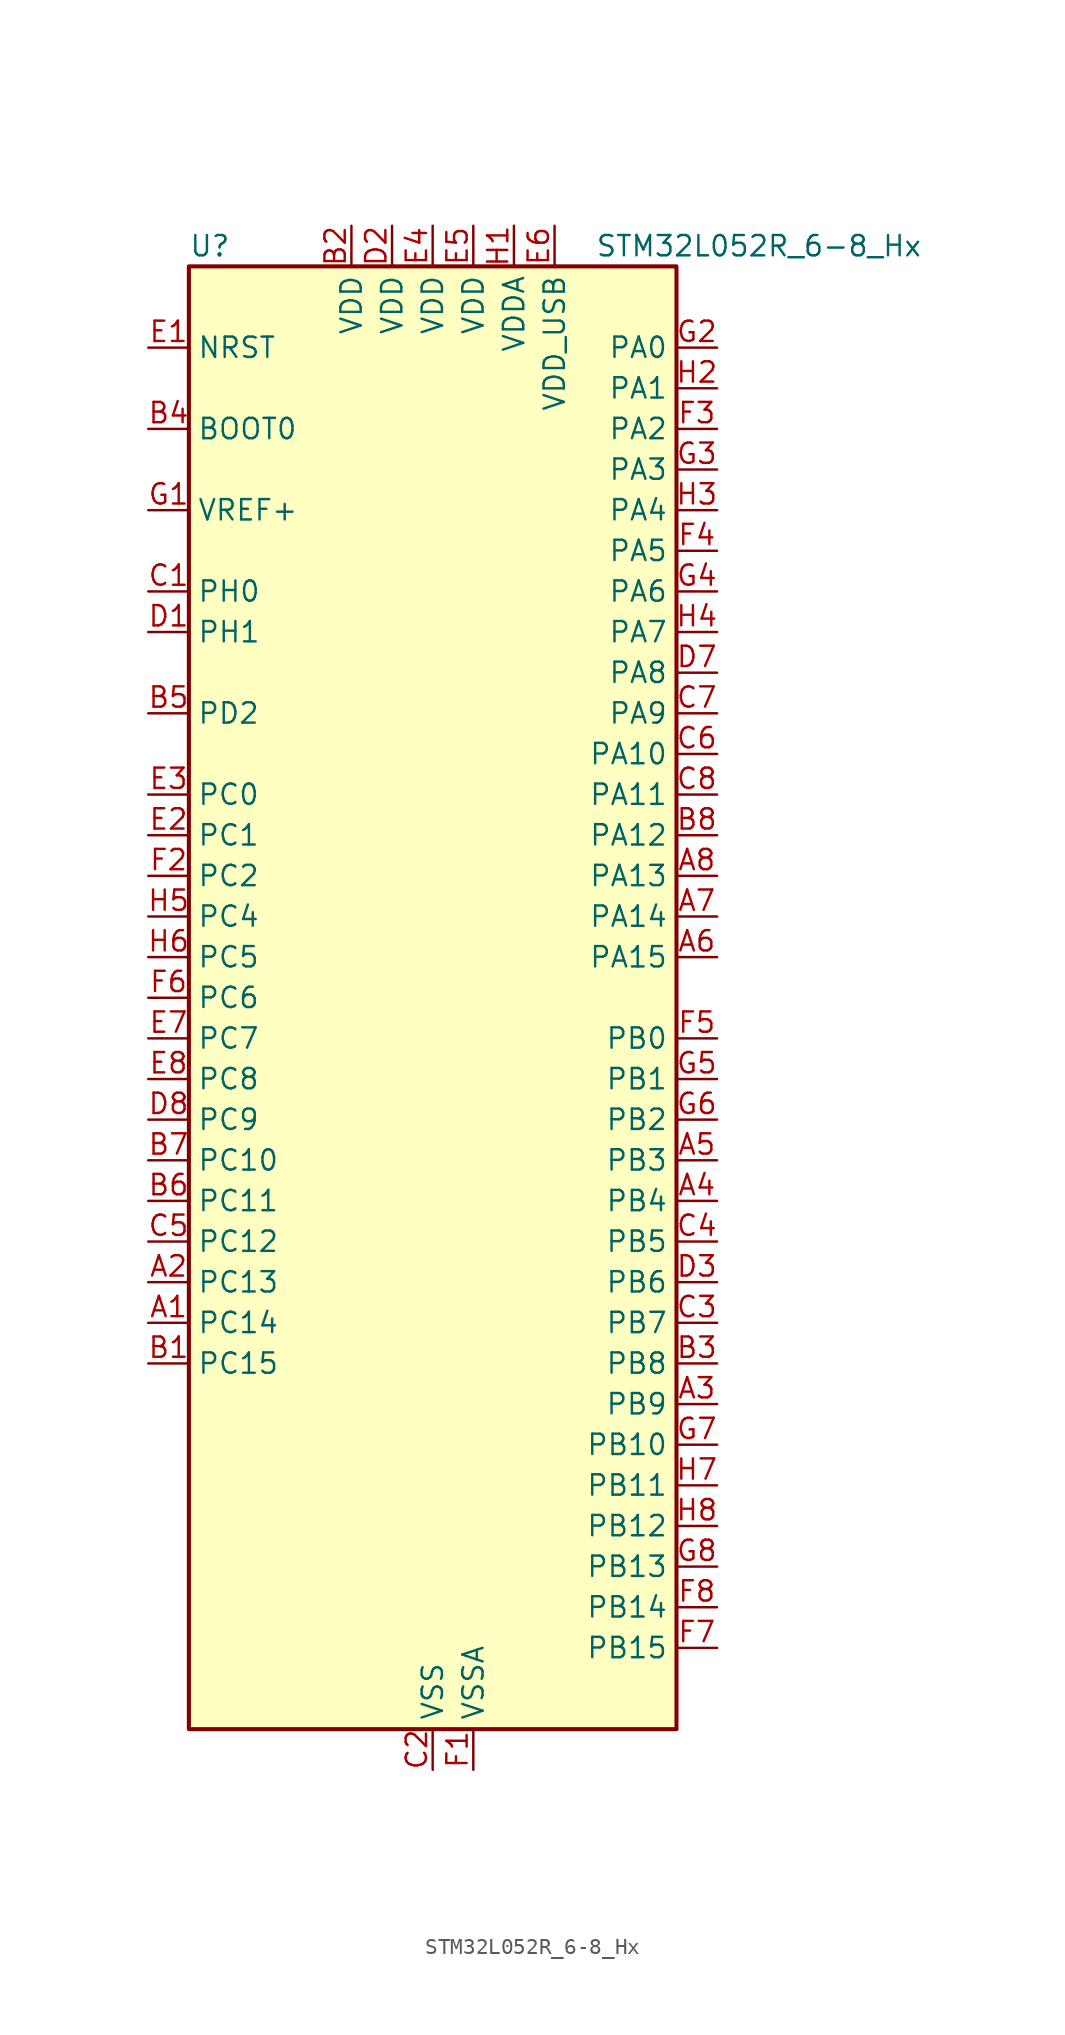
<source format=kicad_sym>
(kicad_symbol_lib
  (version 20241209)
  (generator "kicad_symbol_editor")
  (generator_version "9.0")
  (symbol "STM32L052R_6-8_Hx"
    (property "Reference" "U"
      (at -15.24 46.99 0)
      (effects (font (size 1.27 1.27)) (justify left)))
    (property "Value" "STM32L052R_6-8_Hx"
      (at 10.16 46.99 0)
      (effects (font (size 1.27 1.27)) (justify left)))
    (symbol "STM32L052R_6-8_Hx_0_1"
      (rectangle (start -15.24 -45.72) (end 15.24 45.72) (stroke (width 0.254) (type default)) (fill (type background))))
    (symbol "STM32L052R_6-8_Hx_1_1"
      (pin input line (at -17.78 40.64 0) (length 2.54) (name "NRST" (effects (font (size 1.27 1.27)))) (number "E1" (effects (font (size 1.27 1.27)))))
      (pin input line (at -17.78 35.56 0) (length 2.54) (name "BOOT0" (effects (font (size 1.27 1.27)))) (number "B4" (effects (font (size 1.27 1.27)))))
      (pin input line (at -17.78 30.48 0) (length 2.54) (name "VREF+" (effects (font (size 1.27 1.27)))) (number "G1" (effects (font (size 1.27 1.27)))))
      (pin bidirectional line (at -17.78 25.4 0) (length 2.54) (name "PH0" (effects (font (size 1.27 1.27)))) (number "C1" (effects (font (size 1.27 1.27)))) (alternate "CRS_SYNC" bidirectional line) (alternate "RCC_OSC_IN" bidirectional line))
      (pin bidirectional line (at -17.78 22.86 0) (length 2.54) (name "PH1" (effects (font (size 1.27 1.27)))) (number "D1" (effects (font (size 1.27 1.27)))) (alternate "RCC_OSC_OUT" bidirectional line))
      (pin bidirectional line (at -17.78 17.78 0) (length 2.54) (name "PD2" (effects (font (size 1.27 1.27)))) (number "B5" (effects (font (size 1.27 1.27)))) (alternate "LPUART1_DE" bidirectional line) (alternate "LPUART1_RTS" bidirectional line))
      (pin bidirectional line (at -17.78 12.7 0) (length 2.54) (name "PC0" (effects (font (size 1.27 1.27)))) (number "E3" (effects (font (size 1.27 1.27)))) (alternate "ADC_IN10" bidirectional line) (alternate "LPTIM1_IN1" bidirectional line) (alternate "TSC_G7_IO1" bidirectional line))
      (pin bidirectional line (at -17.78 10.16 0) (length 2.54) (name "PC1" (effects (font (size 1.27 1.27)))) (number "E2" (effects (font (size 1.27 1.27)))) (alternate "ADC_IN11" bidirectional line) (alternate "LPTIM1_OUT" bidirectional line) (alternate "TSC_G7_IO2" bidirectional line))
      (pin bidirectional line (at -17.78 7.62 0) (length 2.54) (name "PC2" (effects (font (size 1.27 1.27)))) (number "F2" (effects (font (size 1.27 1.27)))) (alternate "ADC_IN12" bidirectional line) (alternate "I2S2_MCK" bidirectional line) (alternate "LPTIM1_IN2" bidirectional line) (alternate "SPI2_MISO" bidirectional line) (alternate "TSC_G7_IO3" bidirectional line))
      (pin bidirectional line (at -17.78 5.08 0) (length 2.54) (name "PC4" (effects (font (size 1.27 1.27)))) (number "H5" (effects (font (size 1.27 1.27)))) (alternate "ADC_IN14" bidirectional line) (alternate "LPUART1_TX" bidirectional line))
      (pin bidirectional line (at -17.78 2.54 0) (length 2.54) (name "PC5" (effects (font (size 1.27 1.27)))) (number "H6" (effects (font (size 1.27 1.27)))) (alternate "ADC_IN15" bidirectional line) (alternate "LPUART1_RX" bidirectional line) (alternate "TSC_G3_IO1" bidirectional line))
      (pin bidirectional line (at -17.78 0 0) (length 2.54) (name "PC6" (effects (font (size 1.27 1.27)))) (number "F6" (effects (font (size 1.27 1.27)))) (alternate "TIM22_CH1" bidirectional line) (alternate "TSC_G8_IO1" bidirectional line))
      (pin bidirectional line (at -17.78 -2.54 0) (length 2.54) (name "PC7" (effects (font (size 1.27 1.27)))) (number "E7" (effects (font (size 1.27 1.27)))) (alternate "TIM22_CH2" bidirectional line) (alternate "TSC_G8_IO2" bidirectional line))
      (pin bidirectional line (at -17.78 -5.08 0) (length 2.54) (name "PC8" (effects (font (size 1.27 1.27)))) (number "E8" (effects (font (size 1.27 1.27)))) (alternate "TIM22_ETR" bidirectional line) (alternate "TSC_G8_IO3" bidirectional line))
      (pin bidirectional line (at -17.78 -7.62 0) (length 2.54) (name "PC9" (effects (font (size 1.27 1.27)))) (number "D8" (effects (font (size 1.27 1.27)))) (alternate "DAC_EXTI9" bidirectional line) (alternate "TIM21_ETR" bidirectional line) (alternate "TSC_G8_IO4" bidirectional line) (alternate "USB_NOE" bidirectional line))
      (pin bidirectional line (at -17.78 -10.16 0) (length 2.54) (name "PC10" (effects (font (size 1.27 1.27)))) (number "B7" (effects (font (size 1.27 1.27)))) (alternate "LPUART1_TX" bidirectional line))
      (pin bidirectional line (at -17.78 -12.7 0) (length 2.54) (name "PC11" (effects (font (size 1.27 1.27)))) (number "B6" (effects (font (size 1.27 1.27)))) (alternate "ADC_EXTI11" bidirectional line) (alternate "LPUART1_RX" bidirectional line))
      (pin bidirectional line (at -17.78 -15.24 0) (length 2.54) (name "PC12" (effects (font (size 1.27 1.27)))) (number "C5" (effects (font (size 1.27 1.27)))))
      (pin bidirectional line (at -17.78 -17.78 0) (length 2.54) (name "PC13" (effects (font (size 1.27 1.27)))) (number "A2" (effects (font (size 1.27 1.27)))) (alternate "RTC_OUT_ALARM" bidirectional line) (alternate "RTC_OUT_CALIB" bidirectional line) (alternate "RTC_TAMP1" bidirectional line) (alternate "RTC_TS" bidirectional line) (alternate "SYS_WKUP2" bidirectional line))
      (pin bidirectional line (at -17.78 -20.32 0) (length 2.54) (name "PC14" (effects (font (size 1.27 1.27)))) (number "A1" (effects (font (size 1.27 1.27)))) (alternate "RCC_OSC32_IN" bidirectional line))
      (pin bidirectional line (at -17.78 -22.86 0) (length 2.54) (name "PC15" (effects (font (size 1.27 1.27)))) (number "B1" (effects (font (size 1.27 1.27)))) (alternate "RCC_OSC32_OUT" bidirectional line))
      (pin power_in line (at -5.08 48.26 270) (length 2.54) (name "VDD" (effects (font (size 1.27 1.27)))) (number "B2" (effects (font (size 1.27 1.27)))))
      (pin power_in line (at -2.54 48.26 270) (length 2.54) (name "VDD" (effects (font (size 1.27 1.27)))) (number "D2" (effects (font (size 1.27 1.27)))))
      (pin power_in line (at 0 48.26 270) (length 2.54) (name "VDD" (effects (font (size 1.27 1.27)))) (number "E4" (effects (font (size 1.27 1.27)))))
      (pin power_in line (at 0 -48.26 90) (length 2.54) (name "VSS" (effects (font (size 1.27 1.27)))) (number "C2" (effects (font (size 1.27 1.27)))))
      (pin passive line (at 0 -48.26 90) (length 2.54) (hide yes) (name "VSS" (effects (font (size 1.27 1.27)))) (number "D4" (effects (font (size 1.27 1.27)))))
      (pin passive line (at 0 -48.26 90) (length 2.54) (hide yes) (name "VSS" (effects (font (size 1.27 1.27)))) (number "D5" (effects (font (size 1.27 1.27)))))
      (pin passive line (at 0 -48.26 90) (length 2.54) (hide yes) (name "VSS" (effects (font (size 1.27 1.27)))) (number "D6" (effects (font (size 1.27 1.27)))))
      (pin power_in line (at 2.54 48.26 270) (length 2.54) (name "VDD" (effects (font (size 1.27 1.27)))) (number "E5" (effects (font (size 1.27 1.27)))))
      (pin power_in line (at 2.54 -48.26 90) (length 2.54) (name "VSSA" (effects (font (size 1.27 1.27)))) (number "F1" (effects (font (size 1.27 1.27)))))
      (pin power_in line (at 5.08 48.26 270) (length 2.54) (name "VDDA" (effects (font (size 1.27 1.27)))) (number "H1" (effects (font (size 1.27 1.27)))))
      (pin power_in line (at 7.62 48.26 270) (length 2.54) (name "VDD_USB" (effects (font (size 1.27 1.27)))) (number "E6" (effects (font (size 1.27 1.27)))))
      (pin bidirectional line (at 17.78 40.64 180) (length 2.54) (name "PA0" (effects (font (size 1.27 1.27)))) (number "G2" (effects (font (size 1.27 1.27)))) (alternate "ADC_IN0" bidirectional line) (alternate "COMP1_INM" bidirectional line) (alternate "COMP1_OUT" bidirectional line) (alternate "RTC_TAMP2" bidirectional line) (alternate "SYS_WKUP1" bidirectional line) (alternate "TIM2_CH1" bidirectional line) (alternate "TIM2_ETR" bidirectional line) (alternate "TSC_G1_IO1" bidirectional line) (alternate "USART2_CTS" bidirectional line))
      (pin bidirectional line (at 17.78 38.1 180) (length 2.54) (name "PA1" (effects (font (size 1.27 1.27)))) (number "H2" (effects (font (size 1.27 1.27)))) (alternate "ADC_IN1" bidirectional line) (alternate "COMP1_INP" bidirectional line) (alternate "TIM21_ETR" bidirectional line) (alternate "TIM2_CH2" bidirectional line) (alternate "TSC_G1_IO2" bidirectional line) (alternate "USART2_DE" bidirectional line) (alternate "USART2_RTS" bidirectional line))
      (pin bidirectional line (at 17.78 35.56 180) (length 2.54) (name "PA2" (effects (font (size 1.27 1.27)))) (number "F3" (effects (font (size 1.27 1.27)))) (alternate "ADC_IN2" bidirectional line) (alternate "COMP2_INM" bidirectional line) (alternate "COMP2_OUT" bidirectional line) (alternate "TIM21_CH1" bidirectional line) (alternate "TIM2_CH3" bidirectional line) (alternate "TSC_G1_IO3" bidirectional line) (alternate "USART2_TX" bidirectional line))
      (pin bidirectional line (at 17.78 33.02 180) (length 2.54) (name "PA3" (effects (font (size 1.27 1.27)))) (number "G3" (effects (font (size 1.27 1.27)))) (alternate "ADC_IN3" bidirectional line) (alternate "COMP2_INP" bidirectional line) (alternate "TIM21_CH2" bidirectional line) (alternate "TIM2_CH4" bidirectional line) (alternate "TSC_G1_IO4" bidirectional line) (alternate "USART2_RX" bidirectional line))
      (pin bidirectional line (at 17.78 30.48 180) (length 2.54) (name "PA4" (effects (font (size 1.27 1.27)))) (number "H3" (effects (font (size 1.27 1.27)))) (alternate "ADC_IN4" bidirectional line) (alternate "COMP1_INM" bidirectional line) (alternate "COMP2_INM" bidirectional line) (alternate "DAC_OUT1" bidirectional line) (alternate "SPI1_NSS" bidirectional line) (alternate "TIM22_ETR" bidirectional line) (alternate "TSC_G2_IO1" bidirectional line) (alternate "USART2_CK" bidirectional line))
      (pin bidirectional line (at 17.78 27.94 180) (length 2.54) (name "PA5" (effects (font (size 1.27 1.27)))) (number "F4" (effects (font (size 1.27 1.27)))) (alternate "ADC_IN5" bidirectional line) (alternate "COMP1_INM" bidirectional line) (alternate "COMP2_INM" bidirectional line) (alternate "SPI1_SCK" bidirectional line) (alternate "TIM2_CH1" bidirectional line) (alternate "TIM2_ETR" bidirectional line) (alternate "TSC_G2_IO2" bidirectional line))
      (pin bidirectional line (at 17.78 25.4 180) (length 2.54) (name "PA6" (effects (font (size 1.27 1.27)))) (number "G4" (effects (font (size 1.27 1.27)))) (alternate "ADC_IN6" bidirectional line) (alternate "COMP1_OUT" bidirectional line) (alternate "LPUART1_CTS" bidirectional line) (alternate "SPI1_MISO" bidirectional line) (alternate "TIM22_CH1" bidirectional line) (alternate "TSC_G2_IO3" bidirectional line))
      (pin bidirectional line (at 17.78 22.86 180) (length 2.54) (name "PA7" (effects (font (size 1.27 1.27)))) (number "H4" (effects (font (size 1.27 1.27)))) (alternate "ADC_IN7" bidirectional line) (alternate "COMP2_OUT" bidirectional line) (alternate "SPI1_MOSI" bidirectional line) (alternate "TIM22_CH2" bidirectional line) (alternate "TSC_G2_IO4" bidirectional line))
      (pin bidirectional line (at 17.78 20.32 180) (length 2.54) (name "PA8" (effects (font (size 1.27 1.27)))) (number "D7" (effects (font (size 1.27 1.27)))) (alternate "CRS_SYNC" bidirectional line) (alternate "RCC_MCO" bidirectional line) (alternate "USART1_CK" bidirectional line))
      (pin bidirectional line (at 17.78 17.78 180) (length 2.54) (name "PA9" (effects (font (size 1.27 1.27)))) (number "C7" (effects (font (size 1.27 1.27)))) (alternate "DAC_EXTI9" bidirectional line) (alternate "RCC_MCO" bidirectional line) (alternate "TSC_G4_IO1" bidirectional line) (alternate "USART1_TX" bidirectional line))
      (pin bidirectional line (at 17.78 15.24 180) (length 2.54) (name "PA10" (effects (font (size 1.27 1.27)))) (number "C6" (effects (font (size 1.27 1.27)))) (alternate "TSC_G4_IO2" bidirectional line) (alternate "USART1_RX" bidirectional line))
      (pin bidirectional line (at 17.78 12.7 180) (length 2.54) (name "PA11" (effects (font (size 1.27 1.27)))) (number "C8" (effects (font (size 1.27 1.27)))) (alternate "ADC_EXTI11" bidirectional line) (alternate "COMP1_OUT" bidirectional line) (alternate "SPI1_MISO" bidirectional line) (alternate "TSC_G4_IO3" bidirectional line) (alternate "USART1_CTS" bidirectional line) (alternate "USB_DM" bidirectional line))
      (pin bidirectional line (at 17.78 10.16 180) (length 2.54) (name "PA12" (effects (font (size 1.27 1.27)))) (number "B8" (effects (font (size 1.27 1.27)))) (alternate "COMP2_OUT" bidirectional line) (alternate "SPI1_MOSI" bidirectional line) (alternate "TSC_G4_IO4" bidirectional line) (alternate "USART1_DE" bidirectional line) (alternate "USART1_RTS" bidirectional line) (alternate "USB_DP" bidirectional line))
      (pin bidirectional line (at 17.78 7.62 180) (length 2.54) (name "PA13" (effects (font (size 1.27 1.27)))) (number "A8" (effects (font (size 1.27 1.27)))) (alternate "SYS_SWDIO" bidirectional line) (alternate "USB_NOE" bidirectional line))
      (pin bidirectional line (at 17.78 5.08 180) (length 2.54) (name "PA14" (effects (font (size 1.27 1.27)))) (number "A7" (effects (font (size 1.27 1.27)))) (alternate "SYS_SWCLK" bidirectional line) (alternate "USART2_TX" bidirectional line))
      (pin bidirectional line (at 17.78 2.54 180) (length 2.54) (name "PA15" (effects (font (size 1.27 1.27)))) (number "A6" (effects (font (size 1.27 1.27)))) (alternate "SPI1_NSS" bidirectional line) (alternate "TIM2_CH1" bidirectional line) (alternate "TIM2_ETR" bidirectional line) (alternate "USART2_RX" bidirectional line))
      (pin bidirectional line (at 17.78 -2.54 180) (length 2.54) (name "PB0" (effects (font (size 1.27 1.27)))) (number "F5" (effects (font (size 1.27 1.27)))) (alternate "ADC_IN8" bidirectional line) (alternate "SYS_VREF_OUT_PB0" bidirectional line) (alternate "TSC_G3_IO2" bidirectional line))
      (pin bidirectional line (at 17.78 -5.08 180) (length 2.54) (name "PB1" (effects (font (size 1.27 1.27)))) (number "G5" (effects (font (size 1.27 1.27)))) (alternate "ADC_IN9" bidirectional line) (alternate "LPUART1_DE" bidirectional line) (alternate "LPUART1_RTS" bidirectional line) (alternate "SYS_VREF_OUT_PB1" bidirectional line) (alternate "TSC_G3_IO3" bidirectional line))
      (pin bidirectional line (at 17.78 -7.62 180) (length 2.54) (name "PB2" (effects (font (size 1.27 1.27)))) (number "G6" (effects (font (size 1.27 1.27)))) (alternate "LPTIM1_OUT" bidirectional line) (alternate "TSC_G3_IO4" bidirectional line))
      (pin bidirectional line (at 17.78 -10.16 180) (length 2.54) (name "PB3" (effects (font (size 1.27 1.27)))) (number "A5" (effects (font (size 1.27 1.27)))) (alternate "COMP2_INM" bidirectional line) (alternate "SPI1_SCK" bidirectional line) (alternate "TIM2_CH2" bidirectional line) (alternate "TSC_G5_IO1" bidirectional line))
      (pin bidirectional line (at 17.78 -12.7 180) (length 2.54) (name "PB4" (effects (font (size 1.27 1.27)))) (number "A4" (effects (font (size 1.27 1.27)))) (alternate "COMP2_INP" bidirectional line) (alternate "SPI1_MISO" bidirectional line) (alternate "TIM22_CH1" bidirectional line) (alternate "TSC_G5_IO2" bidirectional line))
      (pin bidirectional line (at 17.78 -15.24 180) (length 2.54) (name "PB5" (effects (font (size 1.27 1.27)))) (number "C4" (effects (font (size 1.27 1.27)))) (alternate "COMP2_INP" bidirectional line) (alternate "I2C1_SMBA" bidirectional line) (alternate "LPTIM1_IN1" bidirectional line) (alternate "SPI1_MOSI" bidirectional line) (alternate "TIM22_CH2" bidirectional line))
      (pin bidirectional line (at 17.78 -17.78 180) (length 2.54) (name "PB6" (effects (font (size 1.27 1.27)))) (number "D3" (effects (font (size 1.27 1.27)))) (alternate "COMP2_INP" bidirectional line) (alternate "I2C1_SCL" bidirectional line) (alternate "LPTIM1_ETR" bidirectional line) (alternate "TSC_G5_IO3" bidirectional line) (alternate "USART1_TX" bidirectional line))
      (pin bidirectional line (at 17.78 -20.32 180) (length 2.54) (name "PB7" (effects (font (size 1.27 1.27)))) (number "C3" (effects (font (size 1.27 1.27)))) (alternate "COMP2_INP" bidirectional line) (alternate "I2C1_SDA" bidirectional line) (alternate "LPTIM1_IN2" bidirectional line) (alternate "SYS_PVD_IN" bidirectional line) (alternate "TSC_G5_IO4" bidirectional line) (alternate "USART1_RX" bidirectional line))
      (pin bidirectional line (at 17.78 -22.86 180) (length 2.54) (name "PB8" (effects (font (size 1.27 1.27)))) (number "B3" (effects (font (size 1.27 1.27)))) (alternate "I2C1_SCL" bidirectional line) (alternate "TSC_SYNC" bidirectional line))
      (pin bidirectional line (at 17.78 -25.4 180) (length 2.54) (name "PB9" (effects (font (size 1.27 1.27)))) (number "A3" (effects (font (size 1.27 1.27)))) (alternate "DAC_EXTI9" bidirectional line) (alternate "I2C1_SDA" bidirectional line) (alternate "I2S2_WS" bidirectional line) (alternate "SPI2_NSS" bidirectional line))
      (pin bidirectional line (at 17.78 -27.94 180) (length 2.54) (name "PB10" (effects (font (size 1.27 1.27)))) (number "G7" (effects (font (size 1.27 1.27)))) (alternate "I2C2_SCL" bidirectional line) (alternate "LPUART1_TX" bidirectional line) (alternate "SPI2_SCK" bidirectional line) (alternate "TIM2_CH3" bidirectional line) (alternate "TSC_SYNC" bidirectional line))
      (pin bidirectional line (at 17.78 -30.48 180) (length 2.54) (name "PB11" (effects (font (size 1.27 1.27)))) (number "H7" (effects (font (size 1.27 1.27)))) (alternate "ADC_EXTI11" bidirectional line) (alternate "I2C2_SDA" bidirectional line) (alternate "LPUART1_RX" bidirectional line) (alternate "TIM2_CH4" bidirectional line) (alternate "TSC_G6_IO1" bidirectional line))
      (pin bidirectional line (at 17.78 -33.02 180) (length 2.54) (name "PB12" (effects (font (size 1.27 1.27)))) (number "H8" (effects (font (size 1.27 1.27)))) (alternate "I2S2_WS" bidirectional line) (alternate "LPUART1_DE" bidirectional line) (alternate "LPUART1_RTS" bidirectional line) (alternate "SPI2_NSS" bidirectional line) (alternate "TSC_G6_IO2" bidirectional line))
      (pin bidirectional line (at 17.78 -35.56 180) (length 2.54) (name "PB13" (effects (font (size 1.27 1.27)))) (number "G8" (effects (font (size 1.27 1.27)))) (alternate "I2C2_SCL" bidirectional line) (alternate "I2S2_CK" bidirectional line) (alternate "LPUART1_CTS" bidirectional line) (alternate "SPI2_SCK" bidirectional line) (alternate "TIM21_CH1" bidirectional line) (alternate "TSC_G6_IO3" bidirectional line))
      (pin bidirectional line (at 17.78 -38.1 180) (length 2.54) (name "PB14" (effects (font (size 1.27 1.27)))) (number "F8" (effects (font (size 1.27 1.27)))) (alternate "I2C2_SDA" bidirectional line) (alternate "I2S2_MCK" bidirectional line) (alternate "LPUART1_DE" bidirectional line) (alternate "LPUART1_RTS" bidirectional line) (alternate "RTC_OUT_ALARM" bidirectional line) (alternate "RTC_OUT_CALIB" bidirectional line) (alternate "SPI2_MISO" bidirectional line) (alternate "TIM21_CH2" bidirectional line) (alternate "TSC_G6_IO4" bidirectional line))
      (pin bidirectional line (at 17.78 -40.64 180) (length 2.54) (name "PB15" (effects (font (size 1.27 1.27)))) (number "F7" (effects (font (size 1.27 1.27)))) (alternate "I2S2_SD" bidirectional line) (alternate "RTC_REFIN" bidirectional line) (alternate "SPI2_MOSI" bidirectional line)))))
</source>
